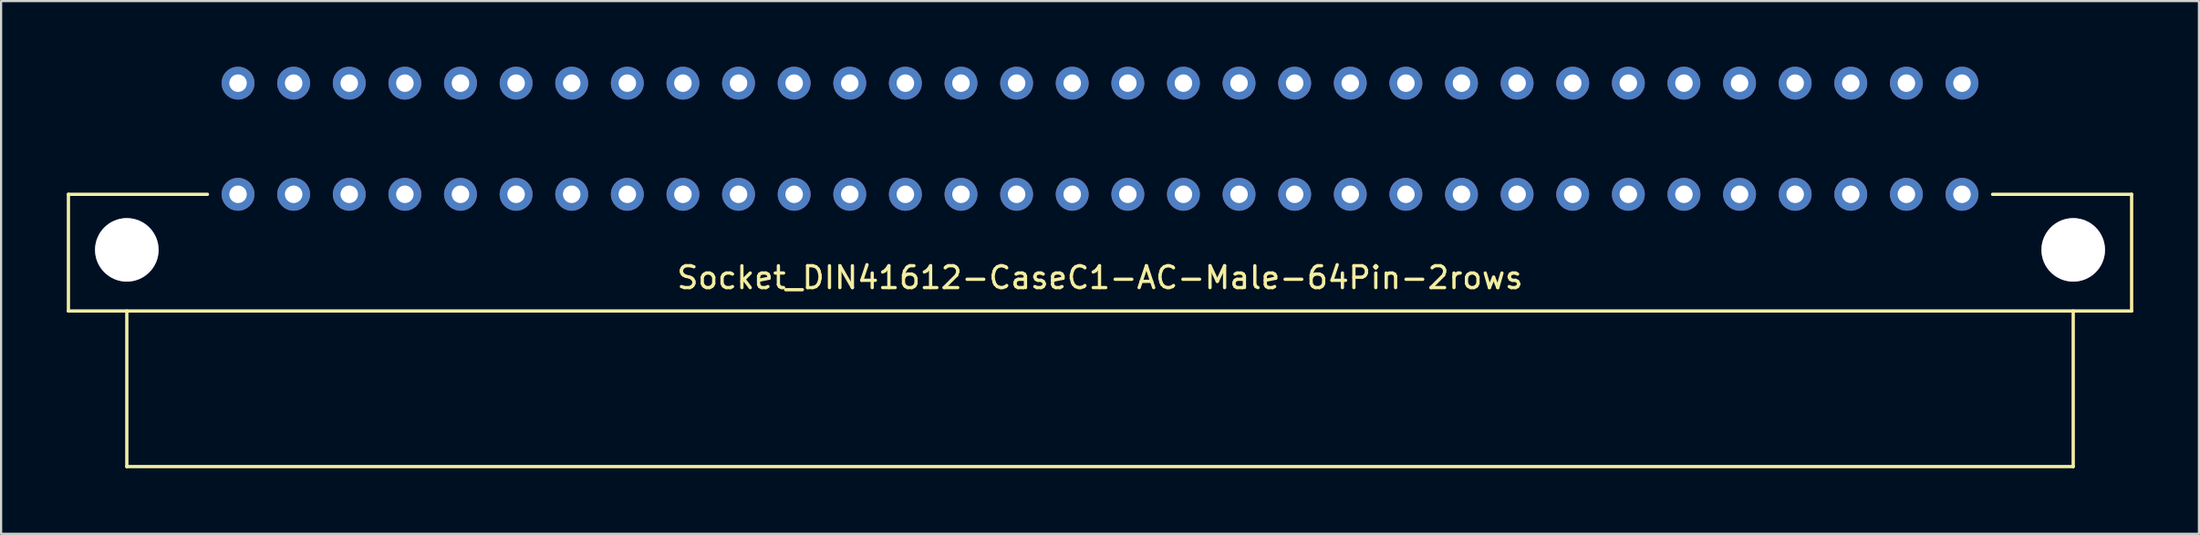
<source format=kicad_pcb>
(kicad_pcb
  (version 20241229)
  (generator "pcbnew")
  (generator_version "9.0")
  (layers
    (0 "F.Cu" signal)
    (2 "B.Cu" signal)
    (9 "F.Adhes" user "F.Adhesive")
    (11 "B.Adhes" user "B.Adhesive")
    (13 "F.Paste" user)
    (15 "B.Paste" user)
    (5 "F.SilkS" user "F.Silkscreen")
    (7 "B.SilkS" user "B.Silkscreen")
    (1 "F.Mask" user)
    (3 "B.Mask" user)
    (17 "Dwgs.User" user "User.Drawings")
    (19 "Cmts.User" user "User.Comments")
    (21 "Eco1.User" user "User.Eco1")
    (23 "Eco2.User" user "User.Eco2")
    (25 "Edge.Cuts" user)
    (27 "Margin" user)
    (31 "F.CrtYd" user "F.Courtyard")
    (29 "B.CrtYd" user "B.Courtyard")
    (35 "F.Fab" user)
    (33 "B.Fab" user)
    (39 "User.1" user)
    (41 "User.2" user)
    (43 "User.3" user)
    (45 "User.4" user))
  (footprint "Socket_DIN41612-CaseC1-AC-Male-64Pin-2rows"
    (layer "F.Cu")
    (at 47.192 3.291)
    (property "Reference" "Socket_DIN41612-CaseC1-AC-Male-64Pin-2rows" (at 0 6.35 0) (layer "F.SilkS") (effects (font (size 1 1) (thickness 0.15))))
    (attr through_hole)
    (fp_line (start -47.117 2.54) (end -40.767 2.54) (stroke (width 0.15) (type solid)) (layer "F.SilkS"))
    (fp_line (start -47.117 7.874) (end -47.117 2.54) (stroke (width 0.15) (type solid)) (layer "F.SilkS"))
    (fp_line (start -44.45 14.986) (end -44.45 7.874) (stroke (width 0.15) (type solid)) (layer "F.SilkS"))
    (fp_line (start 44.45 7.874) (end 44.45 14.986) (stroke (width 0.15) (type solid)) (layer "F.SilkS"))
    (fp_line (start 44.45 14.986) (end -44.45 14.986) (stroke (width 0.15) (type solid)) (layer "F.SilkS"))
    (fp_line (start 47.117 2.54) (end 40.767 2.54) (stroke (width 0.15) (type solid)) (layer "F.SilkS"))
    (fp_line (start 47.117 2.54) (end 47.117 7.874) (stroke (width 0.15) (type solid)) (layer "F.SilkS"))
    (fp_line (start 47.117 7.874) (end -47.117 7.874) (stroke (width 0.15) (type solid)) (layer "F.SilkS"))
    (pad "1" thru_hole circle (at -44.45 5.08) (size 2.901 2.901) (drill 2.901) (layers "*.Cu" "*.Mask"))
    (pad "1" thru_hole circle (at 44.45 5.08) (size 2.901 2.901) (drill 2.901) (layers "*.Cu" "*.Mask"))
    (pad "1a" thru_hole circle (at 39.37 -2.54 180) (size 1.501 1.501) (drill 0.8) (layers "*.Cu" "*.Mask"))
    (pad "1c" thru_hole circle (at 39.37 2.54 180) (size 1.501 1.501) (drill 0.8) (layers "*.Cu" "*.Mask"))
    (pad "2a" thru_hole circle (at 36.83 -2.54 180) (size 1.501 1.501) (drill 0.8) (layers "*.Cu" "*.Mask"))
    (pad "2c" thru_hole circle (at 36.83 2.54 180) (size 1.501 1.501) (drill 0.8) (layers "*.Cu" "*.Mask"))
    (pad "3a" thru_hole circle (at 34.29 -2.54 180) (size 1.501 1.501) (drill 0.8) (layers "*.Cu" "*.Mask"))
    (pad "3c" thru_hole circle (at 34.29 2.54 180) (size 1.501 1.501) (drill 0.8) (layers "*.Cu" "*.Mask"))
    (pad "4a" thru_hole circle (at 31.75 -2.54 180) (size 1.501 1.501) (drill 0.8) (layers "*.Cu" "*.Mask"))
    (pad "4c" thru_hole circle (at 31.75 2.54 180) (size 1.501 1.501) (drill 0.8) (layers "*.Cu" "*.Mask"))
    (pad "5a" thru_hole circle (at 29.21 -2.54 180) (size 1.501 1.501) (drill 0.8) (layers "*.Cu" "*.Mask"))
    (pad "5c" thru_hole circle (at 29.21 2.54 180) (size 1.501 1.501) (drill 0.8) (layers "*.Cu" "*.Mask"))
    (pad "6a" thru_hole circle (at 26.67 -2.54 180) (size 1.501 1.501) (drill 0.8) (layers "*.Cu" "*.Mask"))
    (pad "6c" thru_hole circle (at 26.67 2.54 180) (size 1.501 1.501) (drill 0.8) (layers "*.Cu" "*.Mask"))
    (pad "7a" thru_hole circle (at 24.13 -2.54 180) (size 1.501 1.501) (drill 0.8) (layers "*.Cu" "*.Mask"))
    (pad "7c" thru_hole circle (at 24.13 2.54 180) (size 1.501 1.501) (drill 0.8) (layers "*.Cu" "*.Mask"))
    (pad "8a" thru_hole circle (at 21.59 -2.54 180) (size 1.501 1.501) (drill 0.8) (layers "*.Cu" "*.Mask"))
    (pad "8c" thru_hole circle (at 21.59 2.54 180) (size 1.501 1.501) (drill 0.8) (layers "*.Cu" "*.Mask"))
    (pad "9a" thru_hole circle (at 19.05 -2.54 180) (size 1.501 1.501) (drill 0.8) (layers "*.Cu" "*.Mask"))
    (pad "9c" thru_hole circle (at 19.05 2.54 180) (size 1.501 1.501) (drill 0.8) (layers "*.Cu" "*.Mask"))
    (pad "10a" thru_hole circle (at 16.51 -2.54 180) (size 1.501 1.501) (drill 0.8) (layers "*.Cu" "*.Mask"))
    (pad "10c" thru_hole circle (at 16.51 2.54 180) (size 1.501 1.501) (drill 0.8) (layers "*.Cu" "*.Mask"))
    (pad "11a" thru_hole circle (at 13.97 -2.54 180) (size 1.501 1.501) (drill 0.8) (layers "*.Cu" "*.Mask"))
    (pad "11c" thru_hole circle (at 13.97 2.54 180) (size 1.501 1.501) (drill 0.8) (layers "*.Cu" "*.Mask"))
    (pad "12a" thru_hole circle (at 11.43 -2.54 180) (size 1.501 1.501) (drill 0.8) (layers "*.Cu" "*.Mask"))
    (pad "12c" thru_hole circle (at 11.43 2.54 180) (size 1.501 1.501) (drill 0.8) (layers "*.Cu" "*.Mask"))
    (pad "13a" thru_hole circle (at 8.89 -2.54 180) (size 1.501 1.501) (drill 0.8) (layers "*.Cu" "*.Mask"))
    (pad "13c" thru_hole circle (at 8.89 2.54 180) (size 1.501 1.501) (drill 0.8) (layers "*.Cu" "*.Mask"))
    (pad "14a" thru_hole circle (at 6.35 -2.54 180) (size 1.501 1.501) (drill 0.8) (layers "*.Cu" "*.Mask"))
    (pad "14c" thru_hole circle (at 6.35 2.54 180) (size 1.501 1.501) (drill 0.8) (layers "*.Cu" "*.Mask"))
    (pad "15a" thru_hole circle (at 3.81 -2.54 180) (size 1.501 1.501) (drill 0.8) (layers "*.Cu" "*.Mask"))
    (pad "15c" thru_hole circle (at 3.81 2.54 180) (size 1.501 1.501) (drill 0.8) (layers "*.Cu" "*.Mask"))
    (pad "16a" thru_hole circle (at 1.27 -2.54 180) (size 1.501 1.501) (drill 0.8) (layers "*.Cu" "*.Mask"))
    (pad "16c" thru_hole circle (at 1.27 2.54 180) (size 1.501 1.501) (drill 0.8) (layers "*.Cu" "*.Mask"))
    (pad "17a" thru_hole circle (at -1.27 -2.54 180) (size 1.501 1.501) (drill 0.8) (layers "*.Cu" "*.Mask"))
    (pad "17c" thru_hole circle (at -1.27 2.54 180) (size 1.501 1.501) (drill 0.8) (layers "*.Cu" "*.Mask"))
    (pad "18a" thru_hole circle (at -3.81 -2.54 180) (size 1.501 1.501) (drill 0.8) (layers "*.Cu" "*.Mask"))
    (pad "18c" thru_hole circle (at -3.81 2.54 180) (size 1.501 1.501) (drill 0.8) (layers "*.Cu" "*.Mask"))
    (pad "19a" thru_hole circle (at -6.35 -2.54 180) (size 1.501 1.501) (drill 0.8) (layers "*.Cu" "*.Mask"))
    (pad "19c" thru_hole circle (at -6.35 2.54 180) (size 1.501 1.501) (drill 0.8) (layers "*.Cu" "*.Mask"))
    (pad "20a" thru_hole circle (at -8.89 -2.54 180) (size 1.501 1.501) (drill 0.8) (layers "*.Cu" "*.Mask"))
    (pad "20c" thru_hole circle (at -8.89 2.54 180) (size 1.501 1.501) (drill 0.8) (layers "*.Cu" "*.Mask"))
    (pad "21a" thru_hole circle (at -11.43 -2.54 180) (size 1.501 1.501) (drill 0.8) (layers "*.Cu" "*.Mask"))
    (pad "21c" thru_hole circle (at -11.43 2.54 180) (size 1.501 1.501) (drill 0.8) (layers "*.Cu" "*.Mask"))
    (pad "22a" thru_hole circle (at -13.97 -2.54 180) (size 1.501 1.501) (drill 0.8) (layers "*.Cu" "*.Mask"))
    (pad "22c" thru_hole circle (at -13.97 2.54 180) (size 1.501 1.501) (drill 0.8) (layers "*.Cu" "*.Mask"))
    (pad "23a" thru_hole circle (at -16.51 -2.54 180) (size 1.501 1.501) (drill 0.8) (layers "*.Cu" "*.Mask"))
    (pad "23c" thru_hole circle (at -16.51 2.54 180) (size 1.501 1.501) (drill 0.8) (layers "*.Cu" "*.Mask"))
    (pad "24a" thru_hole circle (at -19.05 -2.54 180) (size 1.501 1.501) (drill 0.8) (layers "*.Cu" "*.Mask"))
    (pad "24c" thru_hole circle (at -19.05 2.54 180) (size 1.501 1.501) (drill 0.8) (layers "*.Cu" "*.Mask"))
    (pad "25a" thru_hole circle (at -21.59 -2.54 180) (size 1.501 1.501) (drill 0.8) (layers "*.Cu" "*.Mask"))
    (pad "25c" thru_hole circle (at -21.59 2.54 180) (size 1.501 1.501) (drill 0.8) (layers "*.Cu" "*.Mask"))
    (pad "26a" thru_hole circle (at -24.13 -2.54 180) (size 1.501 1.501) (drill 0.8) (layers "*.Cu" "*.Mask"))
    (pad "26c" thru_hole circle (at -24.13 2.54 180) (size 1.501 1.501) (drill 0.8) (layers "*.Cu" "*.Mask"))
    (pad "27a" thru_hole circle (at -26.67 -2.54 180) (size 1.501 1.501) (drill 0.8) (layers "*.Cu" "*.Mask"))
    (pad "27c" thru_hole circle (at -26.67 2.54 180) (size 1.501 1.501) (drill 0.8) (layers "*.Cu" "*.Mask"))
    (pad "28a" thru_hole circle (at -29.21 -2.54 180) (size 1.501 1.501) (drill 0.8) (layers "*.Cu" "*.Mask"))
    (pad "28c" thru_hole circle (at -29.21 2.54 180) (size 1.501 1.501) (drill 0.8) (layers "*.Cu" "*.Mask"))
    (pad "29a" thru_hole circle (at -31.75 -2.54 180) (size 1.501 1.501) (drill 0.8) (layers "*.Cu" "*.Mask"))
    (pad "29c" thru_hole circle (at -31.75 2.54 180) (size 1.501 1.501) (drill 0.8) (layers "*.Cu" "*.Mask"))
    (pad "30a" thru_hole circle (at -34.29 -2.54 180) (size 1.501 1.501) (drill 0.8) (layers "*.Cu" "*.Mask"))
    (pad "30c" thru_hole circle (at -34.29 2.54 180) (size 1.501 1.501) (drill 0.8) (layers "*.Cu" "*.Mask"))
    (pad "31a" thru_hole circle (at -36.83 -2.54 180) (size 1.501 1.501) (drill 0.8) (layers "*.Cu" "*.Mask"))
    (pad "31c" thru_hole circle (at -36.83 2.54 180) (size 1.501 1.501) (drill 0.8) (layers "*.Cu" "*.Mask"))
    (pad "32a" thru_hole circle (at -39.37 -2.54 180) (size 1.501 1.501) (drill 0.8) (layers "*.Cu" "*.Mask"))
    (pad "32c" thru_hole circle (at -39.37 2.54 180) (size 1.501 1.501) (drill 0.8) (layers "*.Cu" "*.Mask")))
  (gr_rect
    (start -3 -3)
    (end 97.384 21.352)
    (stroke (width 0.1) (type default))
    (fill no)
    (layer "Edge.Cuts")))
</source>
